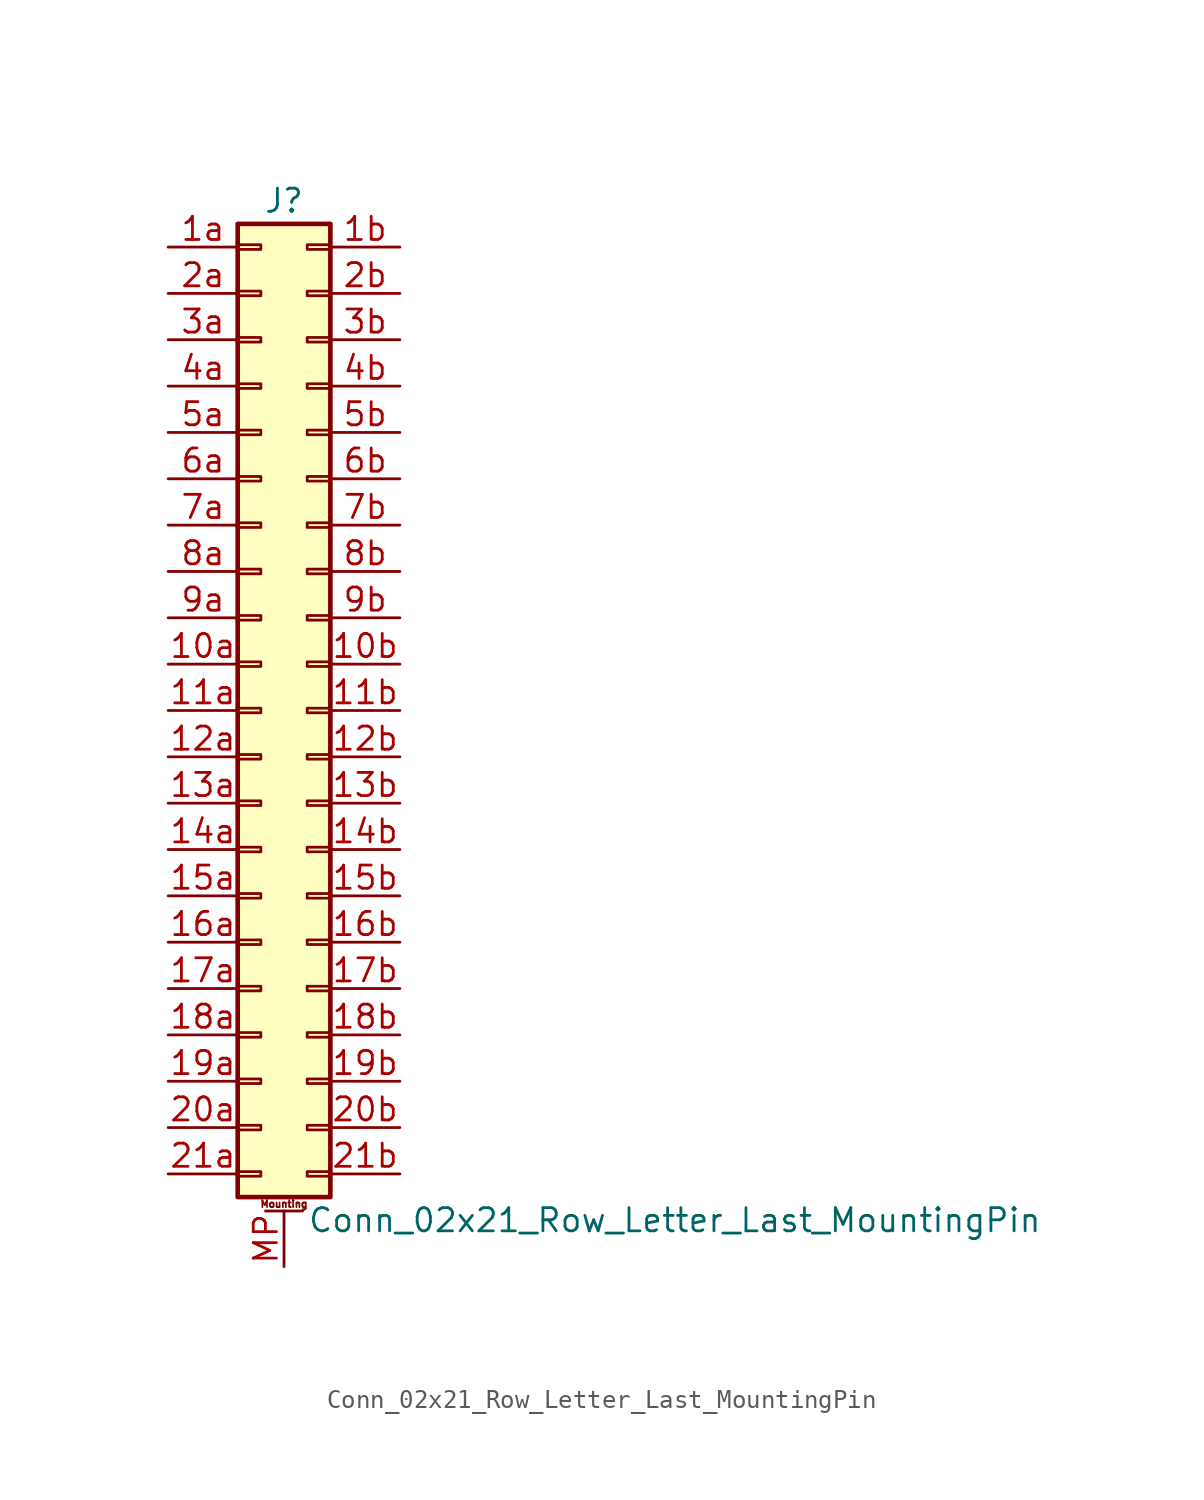
<source format=kicad_sym>
(kicad_symbol_lib
  (version 20220914)
  (generator kicad_symbol_editor)
  (symbol "Conn_02x21_Row_Letter_Last_MountingPin"
    (pin_names
      (offset 1.016) hide)
    (property "Reference" "J"
      (at 1.27 27.94 0)
      (effects (font (size 1.27 1.27))))
    (property "Value" "Conn_02x21_Row_Letter_Last_MountingPin"
      (at 2.54 -27.94 0)
      (effects (font (size 1.27 1.27)) (justify left)))
    (symbol "Conn_02x21_Row_Letter_Last_MountingPin_1_1"
      (rectangle (start -1.27 -25.273) (end 0 -25.527) (stroke (width 0.152) (type default)) (fill (type none)))
      (rectangle (start -1.27 -22.733) (end 0 -22.987) (stroke (width 0.152) (type default)) (fill (type none)))
      (rectangle (start -1.27 -20.193) (end 0 -20.447) (stroke (width 0.152) (type default)) (fill (type none)))
      (rectangle (start -1.27 -17.653) (end 0 -17.907) (stroke (width 0.152) (type default)) (fill (type none)))
      (rectangle (start -1.27 -15.113) (end 0 -15.367) (stroke (width 0.152) (type default)) (fill (type none)))
      (rectangle (start -1.27 -12.573) (end 0 -12.827) (stroke (width 0.152) (type default)) (fill (type none)))
      (rectangle (start -1.27 -10.033) (end 0 -10.287) (stroke (width 0.152) (type default)) (fill (type none)))
      (rectangle (start -1.27 -7.493) (end 0 -7.747) (stroke (width 0.152) (type default)) (fill (type none)))
      (rectangle (start -1.27 -4.953) (end 0 -5.207) (stroke (width 0.152) (type default)) (fill (type none)))
      (rectangle (start -1.27 -2.413) (end 0 -2.667) (stroke (width 0.152) (type default)) (fill (type none)))
      (rectangle (start -1.27 0.127) (end 0 -0.127) (stroke (width 0.152) (type default)) (fill (type none)))
      (rectangle (start -1.27 2.667) (end 0 2.413) (stroke (width 0.152) (type default)) (fill (type none)))
      (rectangle (start -1.27 5.207) (end 0 4.953) (stroke (width 0.152) (type default)) (fill (type none)))
      (rectangle (start -1.27 7.747) (end 0 7.493) (stroke (width 0.152) (type default)) (fill (type none)))
      (rectangle (start -1.27 10.287) (end 0 10.033) (stroke (width 0.152) (type default)) (fill (type none)))
      (rectangle (start -1.27 12.827) (end 0 12.573) (stroke (width 0.152) (type default)) (fill (type none)))
      (rectangle (start -1.27 15.367) (end 0 15.113) (stroke (width 0.152) (type default)) (fill (type none)))
      (rectangle (start -1.27 17.907) (end 0 17.653) (stroke (width 0.152) (type default)) (fill (type none)))
      (rectangle (start -1.27 20.447) (end 0 20.193) (stroke (width 0.152) (type default)) (fill (type none)))
      (rectangle (start -1.27 22.987) (end 0 22.733) (stroke (width 0.152) (type default)) (fill (type none)))
      (rectangle (start -1.27 25.527) (end 0 25.273) (stroke (width 0.152) (type default)) (fill (type none)))
      (rectangle (start -1.27 26.67) (end 3.81 -26.67) (stroke (width 0.254) (type default)) (fill (type background)))
      (polyline (pts (xy 0.254 -27.432) (xy 2.286 -27.432)) (stroke (width 0.152) (type default)) (fill (type none)))
      (rectangle (start 3.81 -25.273) (end 2.54 -25.527) (stroke (width 0.152) (type default)) (fill (type none)))
      (rectangle (start 3.81 -22.733) (end 2.54 -22.987) (stroke (width 0.152) (type default)) (fill (type none)))
      (rectangle (start 3.81 -20.193) (end 2.54 -20.447) (stroke (width 0.152) (type default)) (fill (type none)))
      (rectangle (start 3.81 -17.653) (end 2.54 -17.907) (stroke (width 0.152) (type default)) (fill (type none)))
      (rectangle (start 3.81 -15.113) (end 2.54 -15.367) (stroke (width 0.152) (type default)) (fill (type none)))
      (rectangle (start 3.81 -12.573) (end 2.54 -12.827) (stroke (width 0.152) (type default)) (fill (type none)))
      (rectangle (start 3.81 -10.033) (end 2.54 -10.287) (stroke (width 0.152) (type default)) (fill (type none)))
      (rectangle (start 3.81 -7.493) (end 2.54 -7.747) (stroke (width 0.152) (type default)) (fill (type none)))
      (rectangle (start 3.81 -4.953) (end 2.54 -5.207) (stroke (width 0.152) (type default)) (fill (type none)))
      (rectangle (start 3.81 -2.413) (end 2.54 -2.667) (stroke (width 0.152) (type default)) (fill (type none)))
      (rectangle (start 3.81 0.127) (end 2.54 -0.127) (stroke (width 0.152) (type default)) (fill (type none)))
      (rectangle (start 3.81 2.667) (end 2.54 2.413) (stroke (width 0.152) (type default)) (fill (type none)))
      (rectangle (start 3.81 5.207) (end 2.54 4.953) (stroke (width 0.152) (type default)) (fill (type none)))
      (rectangle (start 3.81 7.747) (end 2.54 7.493) (stroke (width 0.152) (type default)) (fill (type none)))
      (rectangle (start 3.81 10.287) (end 2.54 10.033) (stroke (width 0.152) (type default)) (fill (type none)))
      (rectangle (start 3.81 12.827) (end 2.54 12.573) (stroke (width 0.152) (type default)) (fill (type none)))
      (rectangle (start 3.81 15.367) (end 2.54 15.113) (stroke (width 0.152) (type default)) (fill (type none)))
      (rectangle (start 3.81 17.907) (end 2.54 17.653) (stroke (width 0.152) (type default)) (fill (type none)))
      (rectangle (start 3.81 20.447) (end 2.54 20.193) (stroke (width 0.152) (type default)) (fill (type none)))
      (rectangle (start 3.81 22.987) (end 2.54 22.733) (stroke (width 0.152) (type default)) (fill (type none)))
      (rectangle (start 3.81 25.527) (end 2.54 25.273) (stroke (width 0.152) (type default)) (fill (type none)))
      (text "Mounting" (at 1.27 -27.051 0) (effects (font (size 0.381 0.381))))
      (pin passive line (at -5.08 2.54 0) (length 3.81) (name "Pin_10a" (effects (font (size 1.27 1.27)))) (number "10a" (effects (font (size 1.27 1.27)))))
      (pin passive line (at 7.62 2.54 180) (length 3.81) (name "Pin_10b" (effects (font (size 1.27 1.27)))) (number "10b" (effects (font (size 1.27 1.27)))))
      (pin passive line (at -5.08 0 0) (length 3.81) (name "Pin_11a" (effects (font (size 1.27 1.27)))) (number "11a" (effects (font (size 1.27 1.27)))))
      (pin passive line (at 7.62 0 180) (length 3.81) (name "Pin_11b" (effects (font (size 1.27 1.27)))) (number "11b" (effects (font (size 1.27 1.27)))))
      (pin passive line (at -5.08 -2.54 0) (length 3.81) (name "Pin_12a" (effects (font (size 1.27 1.27)))) (number "12a" (effects (font (size 1.27 1.27)))))
      (pin passive line (at 7.62 -2.54 180) (length 3.81) (name "Pin_12b" (effects (font (size 1.27 1.27)))) (number "12b" (effects (font (size 1.27 1.27)))))
      (pin passive line (at -5.08 -5.08 0) (length 3.81) (name "Pin_13a" (effects (font (size 1.27 1.27)))) (number "13a" (effects (font (size 1.27 1.27)))))
      (pin passive line (at 7.62 -5.08 180) (length 3.81) (name "Pin_13b" (effects (font (size 1.27 1.27)))) (number "13b" (effects (font (size 1.27 1.27)))))
      (pin passive line (at -5.08 -7.62 0) (length 3.81) (name "Pin_14a" (effects (font (size 1.27 1.27)))) (number "14a" (effects (font (size 1.27 1.27)))))
      (pin passive line (at 7.62 -7.62 180) (length 3.81) (name "Pin_14b" (effects (font (size 1.27 1.27)))) (number "14b" (effects (font (size 1.27 1.27)))))
      (pin passive line (at -5.08 -10.16 0) (length 3.81) (name "Pin_15a" (effects (font (size 1.27 1.27)))) (number "15a" (effects (font (size 1.27 1.27)))))
      (pin passive line (at 7.62 -10.16 180) (length 3.81) (name "Pin_15b" (effects (font (size 1.27 1.27)))) (number "15b" (effects (font (size 1.27 1.27)))))
      (pin passive line (at -5.08 -12.7 0) (length 3.81) (name "Pin_16a" (effects (font (size 1.27 1.27)))) (number "16a" (effects (font (size 1.27 1.27)))))
      (pin passive line (at 7.62 -12.7 180) (length 3.81) (name "Pin_16b" (effects (font (size 1.27 1.27)))) (number "16b" (effects (font (size 1.27 1.27)))))
      (pin passive line (at -5.08 -15.24 0) (length 3.81) (name "Pin_17a" (effects (font (size 1.27 1.27)))) (number "17a" (effects (font (size 1.27 1.27)))))
      (pin passive line (at 7.62 -15.24 180) (length 3.81) (name "Pin_17b" (effects (font (size 1.27 1.27)))) (number "17b" (effects (font (size 1.27 1.27)))))
      (pin passive line (at -5.08 -17.78 0) (length 3.81) (name "Pin_18a" (effects (font (size 1.27 1.27)))) (number "18a" (effects (font (size 1.27 1.27)))))
      (pin passive line (at 7.62 -17.78 180) (length 3.81) (name "Pin_18b" (effects (font (size 1.27 1.27)))) (number "18b" (effects (font (size 1.27 1.27)))))
      (pin passive line (at -5.08 -20.32 0) (length 3.81) (name "Pin_19a" (effects (font (size 1.27 1.27)))) (number "19a" (effects (font (size 1.27 1.27)))))
      (pin passive line (at 7.62 -20.32 180) (length 3.81) (name "Pin_19b" (effects (font (size 1.27 1.27)))) (number "19b" (effects (font (size 1.27 1.27)))))
      (pin passive line (at -5.08 25.4 0) (length 3.81) (name "Pin_1a" (effects (font (size 1.27 1.27)))) (number "1a" (effects (font (size 1.27 1.27)))))
      (pin passive line (at 7.62 25.4 180) (length 3.81) (name "Pin_1b" (effects (font (size 1.27 1.27)))) (number "1b" (effects (font (size 1.27 1.27)))))
      (pin passive line (at -5.08 -22.86 0) (length 3.81) (name "Pin_20a" (effects (font (size 1.27 1.27)))) (number "20a" (effects (font (size 1.27 1.27)))))
      (pin passive line (at 7.62 -22.86 180) (length 3.81) (name "Pin_20b" (effects (font (size 1.27 1.27)))) (number "20b" (effects (font (size 1.27 1.27)))))
      (pin passive line (at -5.08 -25.4 0) (length 3.81) (name "Pin_21a" (effects (font (size 1.27 1.27)))) (number "21a" (effects (font (size 1.27 1.27)))))
      (pin passive line (at 7.62 -25.4 180) (length 3.81) (name "Pin_21b" (effects (font (size 1.27 1.27)))) (number "21b" (effects (font (size 1.27 1.27)))))
      (pin passive line (at -5.08 22.86 0) (length 3.81) (name "Pin_2a" (effects (font (size 1.27 1.27)))) (number "2a" (effects (font (size 1.27 1.27)))))
      (pin passive line (at 7.62 22.86 180) (length 3.81) (name "Pin_2b" (effects (font (size 1.27 1.27)))) (number "2b" (effects (font (size 1.27 1.27)))))
      (pin passive line (at -5.08 20.32 0) (length 3.81) (name "Pin_3a" (effects (font (size 1.27 1.27)))) (number "3a" (effects (font (size 1.27 1.27)))))
      (pin passive line (at 7.62 20.32 180) (length 3.81) (name "Pin_3b" (effects (font (size 1.27 1.27)))) (number "3b" (effects (font (size 1.27 1.27)))))
      (pin passive line (at -5.08 17.78 0) (length 3.81) (name "Pin_4a" (effects (font (size 1.27 1.27)))) (number "4a" (effects (font (size 1.27 1.27)))))
      (pin passive line (at 7.62 17.78 180) (length 3.81) (name "Pin_4b" (effects (font (size 1.27 1.27)))) (number "4b" (effects (font (size 1.27 1.27)))))
      (pin passive line (at -5.08 15.24 0) (length 3.81) (name "Pin_5a" (effects (font (size 1.27 1.27)))) (number "5a" (effects (font (size 1.27 1.27)))))
      (pin passive line (at 7.62 15.24 180) (length 3.81) (name "Pin_5b" (effects (font (size 1.27 1.27)))) (number "5b" (effects (font (size 1.27 1.27)))))
      (pin passive line (at -5.08 12.7 0) (length 3.81) (name "Pin_6a" (effects (font (size 1.27 1.27)))) (number "6a" (effects (font (size 1.27 1.27)))))
      (pin passive line (at 7.62 12.7 180) (length 3.81) (name "Pin_6b" (effects (font (size 1.27 1.27)))) (number "6b" (effects (font (size 1.27 1.27)))))
      (pin passive line (at -5.08 10.16 0) (length 3.81) (name "Pin_7a" (effects (font (size 1.27 1.27)))) (number "7a" (effects (font (size 1.27 1.27)))))
      (pin passive line (at 7.62 10.16 180) (length 3.81) (name "Pin_7b" (effects (font (size 1.27 1.27)))) (number "7b" (effects (font (size 1.27 1.27)))))
      (pin passive line (at -5.08 7.62 0) (length 3.81) (name "Pin_8a" (effects (font (size 1.27 1.27)))) (number "8a" (effects (font (size 1.27 1.27)))))
      (pin passive line (at 7.62 7.62 180) (length 3.81) (name "Pin_8b" (effects (font (size 1.27 1.27)))) (number "8b" (effects (font (size 1.27 1.27)))))
      (pin passive line (at -5.08 5.08 0) (length 3.81) (name "Pin_9a" (effects (font (size 1.27 1.27)))) (number "9a" (effects (font (size 1.27 1.27)))))
      (pin passive line (at 7.62 5.08 180) (length 3.81) (name "Pin_9b" (effects (font (size 1.27 1.27)))) (number "9b" (effects (font (size 1.27 1.27)))))
      (pin passive line (at 1.27 -30.48 90) (length 3.048) (name "MountPin" (effects (font (size 1.27 1.27)))) (number "MP" (effects (font (size 1.27 1.27))))))))
</source>
